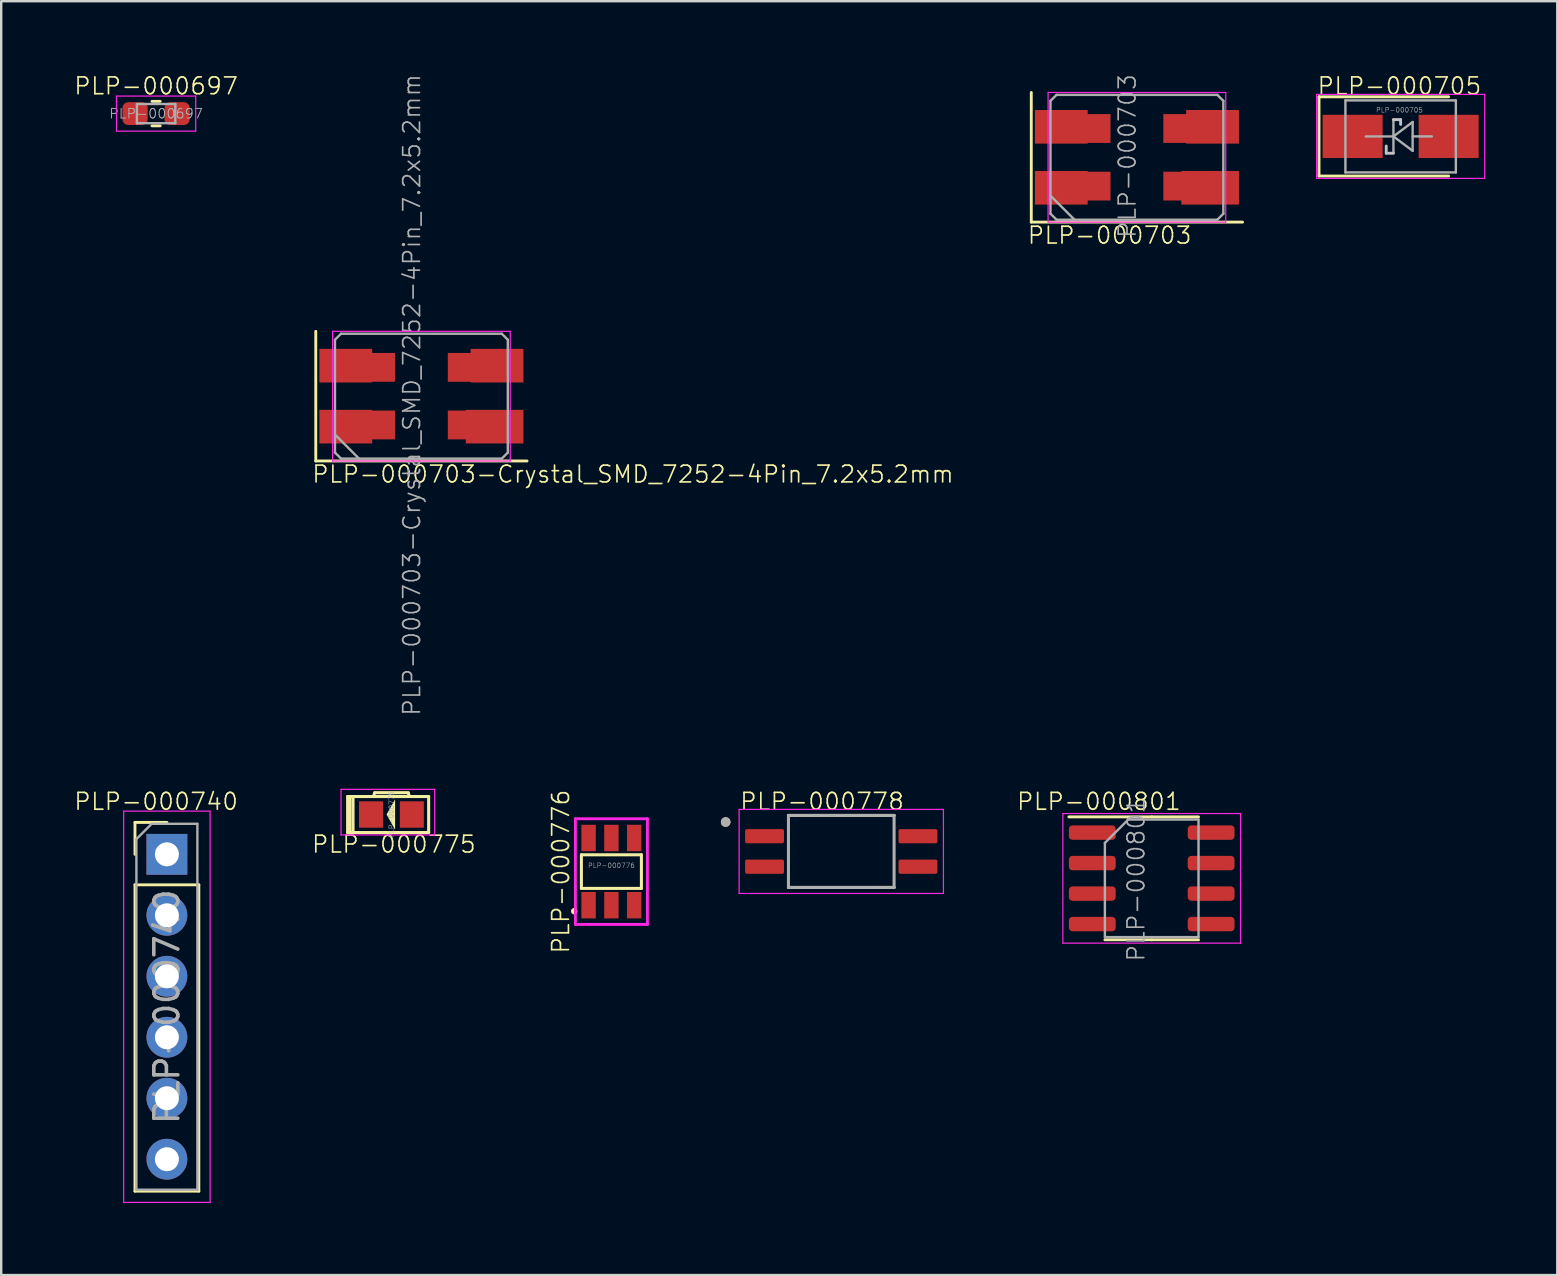
<source format=kicad_pcb>
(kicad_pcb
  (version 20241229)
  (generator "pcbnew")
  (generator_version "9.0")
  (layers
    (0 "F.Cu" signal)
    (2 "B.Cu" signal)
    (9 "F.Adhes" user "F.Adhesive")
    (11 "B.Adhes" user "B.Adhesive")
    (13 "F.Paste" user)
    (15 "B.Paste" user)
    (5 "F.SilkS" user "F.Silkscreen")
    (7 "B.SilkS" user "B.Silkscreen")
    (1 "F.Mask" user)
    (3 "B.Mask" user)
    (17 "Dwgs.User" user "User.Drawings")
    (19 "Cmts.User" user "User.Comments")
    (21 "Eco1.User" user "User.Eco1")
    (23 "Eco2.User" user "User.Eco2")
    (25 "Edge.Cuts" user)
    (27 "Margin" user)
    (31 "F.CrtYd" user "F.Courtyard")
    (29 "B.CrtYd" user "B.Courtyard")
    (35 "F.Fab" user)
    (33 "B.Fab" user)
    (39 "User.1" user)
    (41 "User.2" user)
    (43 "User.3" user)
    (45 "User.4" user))
  (footprint "PLP-000776"
    (layer "F.Cu")
    (at 22.417 33.255)
    (property "Reference" "PLP-000776" (at -1.7 0 90) (layer "F.SilkS") (effects (font (size 0.7 0.7) (thickness 0.07)) (justify bottom)))
    (attr through_hole)
    (fp_line (start -1.25 -0.7) (end 1.25 -0.7) (stroke (width 0.127) (type solid)) (layer "F.SilkS"))
    (fp_line (start -1.25 0.7) (end -1.25 -0.7) (stroke (width 0.127) (type solid)) (layer "F.SilkS"))
    (fp_line (start 1.25 -0.7) (end 1.25 0.7) (stroke (width 0.127) (type solid)) (layer "F.SilkS"))
    (fp_line (start 1.25 0.7) (end -1.25 0.7) (stroke (width 0.127) (type solid)) (layer "F.SilkS"))
    (fp_circle (center -1.55 1.65) (end -1.479 1.65) (stroke (width 0.127) (type solid)) (fill no) (layer "F.SilkS"))
    (fp_line (start -1.5 -2.2) (end -1.5 2.2) (stroke (width 0.12) (type solid)) (layer "F.CrtYd"))
    (fp_line (start -1.5 -2.2) (end 1.5 -2.2) (stroke (width 0.12) (type solid)) (layer "F.CrtYd"))
    (fp_line (start -1.5 2.2) (end 1.5 2.2) (stroke (width 0.12) (type solid)) (layer "F.CrtYd"))
    (fp_line (start 1.5 2.2) (end 1.5 -2.2) (stroke (width 0.12) (type solid)) (layer "F.CrtYd"))
    (fp_text user "${REFERENCE}" (at 0 -0.254 0) (layer "F.Fab") (effects (font (size 0.2 0.2) (thickness 0.02))))
    (pad "P1" smd rect (at -0.95 1.4) (size 0.6 1.1) (layers "F.Cu" "F.Mask" "F.Paste"))
    (pad "P2" smd rect (at 0 1.4) (size 0.6 1.1) (layers "F.Cu" "F.Mask" "F.Paste"))
    (pad "P3" smd rect (at 0.95 1.4) (size 0.6 1.1) (layers "F.Cu" "F.Mask" "F.Paste"))
    (pad "P4" smd rect (at 0.95 -1.4) (size 0.6 1.1) (layers "F.Cu" "F.Mask" "F.Paste"))
    (pad "P5" smd rect (at 0 -1.4) (size 0.6 1.1) (layers "F.Cu" "F.Mask" "F.Paste"))
    (pad "P6" smd rect (at -0.95 -1.4) (size 0.6 1.1) (layers "F.Cu" "F.Mask" "F.Paste")))
  (footprint "PLP-000703"
    (layer "F.Cu")
    (at 44.307 3.502)
    (property "Reference" "PLP-000703" (at -4.6 3.25 0) (layer "F.SilkS") (effects (font (size 0.7 0.7) (thickness 0.07)) (justify left)))
    (attr smd)
    (fp_line (start -4.4 -2.7) (end -4.4 2.7) (stroke (width 0.12) (type solid)) (layer "F.SilkS"))
    (fp_line (start -4.4 2.7) (end 4.4 2.7) (stroke (width 0.12) (type solid)) (layer "F.SilkS"))
    (fp_line (start -3.7 -2.7) (end -3.7 2.7) (stroke (width 0.05) (type solid)) (layer "F.CrtYd"))
    (fp_line (start -3.7 2.7) (end 3.7 2.7) (stroke (width 0.05) (type solid)) (layer "F.CrtYd"))
    (fp_line (start 3.7 -2.7) (end -3.7 -2.7) (stroke (width 0.05) (type solid)) (layer "F.CrtYd"))
    (fp_line (start 3.7 2.7) (end 3.7 -2.7) (stroke (width 0.05) (type solid)) (layer "F.CrtYd"))
    (fp_line (start -3.6 -2.35) (end -3.35 -2.6) (stroke (width 0.1) (type solid)) (layer "F.Fab"))
    (fp_line (start -3.6 1.6) (end -2.6 2.6) (stroke (width 0.1) (type solid)) (layer "F.Fab"))
    (fp_line (start -3.6 2.35) (end -3.6 -2.35) (stroke (width 0.1) (type solid)) (layer "F.Fab"))
    (fp_line (start -3.35 -2.6) (end 3.35 -2.6) (stroke (width 0.1) (type solid)) (layer "F.Fab"))
    (fp_line (start -3.35 2.6) (end -3.6 2.35) (stroke (width 0.1) (type solid)) (layer "F.Fab"))
    (fp_line (start 3.35 -2.6) (end 3.6 -2.35) (stroke (width 0.1) (type solid)) (layer "F.Fab"))
    (fp_line (start 3.35 2.6) (end -3.35 2.6) (stroke (width 0.1) (type solid)) (layer "F.Fab"))
    (fp_line (start 3.6 -2.35) (end 3.6 2.35) (stroke (width 0.1) (type solid)) (layer "F.Fab"))
    (fp_line (start 3.6 2.35) (end 3.35 2.6) (stroke (width 0.1) (type solid)) (layer "F.Fab"))
    (fp_text user "${REFERENCE}" (at -0.4 -0.05 90) (layer "F.Fab") (effects (font (size 0.7 0.7) (thickness 0.07))))
    (pad "1" smd rect (at -3.15 1.27) (size 2.2 1.4) (layers "F.Cu" "F.Mask" "F.Paste"))
    (pad "1" smd rect (at -2 1.2) (size 1.8 1.2) (layers "F.Cu" "F.Mask" "F.Paste"))
    (pad "2" smd rect (at 2 1.2) (size 1.8 1.2) (layers "F.Cu" "F.Mask" "F.Paste"))
    (pad "2" smd rect (at 3.05 1.27) (size 2.4 1.4) (layers "F.Cu" "F.Mask" "F.Paste"))
    (pad "3" smd rect (at 2 -1.2) (size 1.8 1.2) (layers "F.Cu" "F.Mask" "F.Paste"))
    (pad "3" smd rect (at 3.15 -1.27) (size 2.2 1.4) (layers "F.Cu" "F.Mask" "F.Paste"))
    (pad "4" smd rect (at -3.15 -1.27) (size 2.2 1.4) (layers "F.Cu" "F.Mask" "F.Paste"))
    (pad "4" smd rect (at -2 -1.2) (size 1.8 1.2) (layers "F.Cu" "F.Mask" "F.Paste")))
  (footprint "PLP-000705"
    (layer "F.Cu")
    (at 55.292 2.632)
    (property "Reference" "PLP-000705" (at -0.05 -2.1 0) (layer "F.SilkS") (effects (font (size 0.7 0.7) (thickness 0.07))))
    (attr smd)
    (fp_line (start -3.4 -1.65) (end -3.4 1.65) (stroke (width 0.12) (type solid)) (layer "F.SilkS"))
    (fp_line (start -3.4 -1.65) (end 2 -1.65) (stroke (width 0.12) (type solid)) (layer "F.SilkS"))
    (fp_line (start -3.4 1.65) (end 2 1.65) (stroke (width 0.12) (type solid)) (layer "F.SilkS"))
    (fp_line (start -0.6 0.7) (end -0.6 0.4) (stroke (width 0.12) (type default)) (layer "Dwgs.User"))
    (fp_line (start -0.3 -0.7) (end 0 -0.7) (stroke (width 0.12) (type default)) (layer "Dwgs.User"))
    (fp_line (start -0.3 0.7) (end -0.6 0.7) (stroke (width 0.12) (type default)) (layer "Dwgs.User"))
    (fp_line (start 0 -0.7) (end 0 -0.5) (stroke (width 0.12) (type default)) (layer "Dwgs.User"))
    (fp_line (start -3.5 -1.75) (end 3.5 -1.75) (stroke (width 0.05) (type solid)) (layer "F.CrtYd"))
    (fp_line (start -3.5 1.75) (end -3.5 -1.75) (stroke (width 0.05) (type solid)) (layer "F.CrtYd"))
    (fp_line (start 3.5 -1.75) (end 3.5 1.75) (stroke (width 0.05) (type solid)) (layer "F.CrtYd"))
    (fp_line (start 3.5 1.75) (end -3.5 1.75) (stroke (width 0.05) (type solid)) (layer "F.CrtYd"))
    (fp_line (start -2.3 1.5) (end -2.3 -1.5) (stroke (width 0.1) (type solid)) (layer "F.Fab"))
    (fp_line (start -0.301 0) (end 0.5 -0.6) (stroke (width 0.1) (type solid)) (layer "F.Fab"))
    (fp_line (start -0.301 0) (end 0.5 0.6) (stroke (width 0.1) (type solid)) (layer "F.Fab"))
    (fp_line (start -0.3 -0.7) (end -0.3 0.7) (stroke (width 0.1) (type solid)) (layer "F.Fab"))
    (fp_line (start -0.3 0.001) (end -1.451 0.001) (stroke (width 0.1) (type solid)) (layer "F.Fab"))
    (fp_line (start 0.5 0) (end 1.299 0) (stroke (width 0.1) (type solid)) (layer "F.Fab"))
    (fp_line (start 0.5 0.6) (end 0.5 -0.6) (stroke (width 0.1) (type solid)) (layer "F.Fab"))
    (fp_line (start 2.3 -1.5) (end -2.3 -1.5) (stroke (width 0.1) (type solid)) (layer "F.Fab"))
    (fp_line (start 2.3 -1.5) (end 2.3 1.5) (stroke (width 0.1) (type solid)) (layer "F.Fab"))
    (fp_line (start 2.3 1.5) (end -2.3 1.5) (stroke (width 0.1) (type solid)) (layer "F.Fab"))
    (fp_text user "${REFERENCE}" (at -0.05 -1.1 0) (layer "F.Fab") (effects (font (size 0.2 0.2) (thickness 0.02))))
    (pad "1" smd rect (at -2 0) (size 2.5 1.8) (layers "F.Cu" "F.Mask" "F.Paste"))
    (pad "2" smd rect (at 2 0) (size 2.5 1.8) (layers "F.Cu" "F.Mask" "F.Paste")))
  (footprint "PLP-000775"
    (layer "F.Cu")
    (at 13.255 30.878)
    (property "Reference" "PLP-000775" (at 0.1 1.65 0) (layer "F.SilkS") (effects (font (size 0.7 0.7) (thickness 0.07)) (justify bottom)))
    (attr through_hole)
    (fp_line (start -1.825 0.75) (end -1.825 -0.75) (stroke (width 0.127) (type solid)) (layer "F.SilkS"))
    (fp_line (start -1.725 -0.75) (end -1.825 -0.75) (stroke (width 0.127) (type solid)) (layer "F.SilkS"))
    (fp_line (start -1.725 -0.75) (end -1.725 0.75) (stroke (width 0.127) (type solid)) (layer "F.SilkS"))
    (fp_line (start -1.725 0.75) (end -1.825 0.75) (stroke (width 0.127) (type solid)) (layer "F.SilkS"))
    (fp_line (start -1.725 0.75) (end -1.6 0.75) (stroke (width 0.127) (type solid)) (layer "F.SilkS"))
    (fp_line (start -1.6 -0.75) (end -1.725 -0.75) (stroke (width 0.127) (type solid)) (layer "F.SilkS"))
    (fp_line (start -1.6 0.75) (end -1.6 -0.75) (stroke (width 0.127) (type solid)) (layer "F.SilkS"))
    (fp_line (start -1.6 0.75) (end 1.55 0.75) (stroke (width 0.127) (type solid)) (layer "F.SilkS"))
    (fp_line (start -0.75 -0.75) (end -1.6 -0.75) (stroke (width 0.127) (type solid)) (layer "F.SilkS"))
    (fp_line (start -0.7 -0.91) (end 0.7 -0.91) (stroke (width 0.127) (type solid)) (layer "F.SilkS"))
    (fp_line (start -0.7 -0.9) (end -0.75 -0.75) (stroke (width 0.127) (type solid)) (layer "F.SilkS"))
    (fp_line (start 0.7 -0.9) (end 0.75 -0.75) (stroke (width 0.127) (type solid)) (layer "F.SilkS"))
    (fp_line (start 0.75 -0.75) (end -0.75 -0.75) (stroke (width 0.127) (type solid)) (layer "F.SilkS"))
    (fp_line (start 1.55 -0.75) (end 0.75 -0.75) (stroke (width 0.127) (type solid)) (layer "F.SilkS"))
    (fp_line (start 1.55 0.75) (end 1.55 -0.75) (stroke (width 0.127) (type solid)) (layer "F.SilkS"))
    (fp_poly (pts (xy 0.152 0.635) (xy 0.152 -0.635) (xy -0.203 0)) (stroke (width 0) (type solid)) (fill yes) (layer "F.SilkS"))
    (fp_line (start -2.1 -1.05) (end -2.1 0.85) (stroke (width 0.05) (type solid)) (layer "F.CrtYd"))
    (fp_line (start -2.1 -1.05) (end 1.8 -1.05) (stroke (width 0.05) (type solid)) (layer "F.CrtYd"))
    (fp_line (start -2.1 0.85) (end 1.8 0.85) (stroke (width 0.05) (type solid)) (layer "F.CrtYd"))
    (fp_line (start 1.8 -1.05) (end 1.8 0.85) (stroke (width 0.05) (type solid)) (layer "F.CrtYd"))
    (fp_text user "${REFERENCE}" (at 0 0 90) (layer "F.Fab") (effects (font (size 0.2 0.2) (thickness 0.02))))
    (pad "A" smd rect (at 0.85 0) (size 1 1.1) (layers "F.Cu" "F.Mask" "F.Paste"))
    (pad "C" smd rect (at -0.85 0) (size 1 1.1) (layers "F.Cu" "F.Mask" "F.Paste")))
  (footprint "PLP-000703-Crystal_SMD_7252-4Pin_7.2x5.2mm"
    (layer "F.Cu")
    (at 14.503 13.452)
    (property "Reference" "PLP-000703-Crystal_SMD_7252-4Pin_7.2x5.2mm" (at -4.6 3.25 0) (layer "F.SilkS") (effects (font (size 0.7 0.7) (thickness 0.07)) (justify left)))
    (attr smd)
    (fp_line (start -4.4 -2.7) (end -4.4 2.7) (stroke (width 0.12) (type solid)) (layer "F.SilkS"))
    (fp_line (start -4.4 2.7) (end 4.4 2.7) (stroke (width 0.12) (type solid)) (layer "F.SilkS"))
    (fp_line (start -3.7 -2.7) (end -3.7 2.7) (stroke (width 0.05) (type solid)) (layer "F.CrtYd"))
    (fp_line (start -3.7 2.7) (end 3.7 2.7) (stroke (width 0.05) (type solid)) (layer "F.CrtYd"))
    (fp_line (start 3.7 -2.7) (end -3.7 -2.7) (stroke (width 0.05) (type solid)) (layer "F.CrtYd"))
    (fp_line (start 3.7 2.7) (end 3.7 -2.7) (stroke (width 0.05) (type solid)) (layer "F.CrtYd"))
    (fp_line (start -3.6 -2.35) (end -3.35 -2.6) (stroke (width 0.1) (type solid)) (layer "F.Fab"))
    (fp_line (start -3.6 1.6) (end -2.6 2.6) (stroke (width 0.1) (type solid)) (layer "F.Fab"))
    (fp_line (start -3.6 2.35) (end -3.6 -2.35) (stroke (width 0.1) (type solid)) (layer "F.Fab"))
    (fp_line (start -3.35 -2.6) (end 3.35 -2.6) (stroke (width 0.1) (type solid)) (layer "F.Fab"))
    (fp_line (start -3.35 2.6) (end -3.6 2.35) (stroke (width 0.1) (type solid)) (layer "F.Fab"))
    (fp_line (start 3.35 -2.6) (end 3.6 -2.35) (stroke (width 0.1) (type solid)) (layer "F.Fab"))
    (fp_line (start 3.35 2.6) (end -3.35 2.6) (stroke (width 0.1) (type solid)) (layer "F.Fab"))
    (fp_line (start 3.6 -2.35) (end 3.6 2.35) (stroke (width 0.1) (type solid)) (layer "F.Fab"))
    (fp_line (start 3.6 2.35) (end 3.35 2.6) (stroke (width 0.1) (type solid)) (layer "F.Fab"))
    (fp_text user "${REFERENCE}" (at -0.4 -0.05 90) (layer "F.Fab") (effects (font (size 0.7 0.7) (thickness 0.07))))
    (pad "1" smd rect (at -3.15 1.27) (size 2.2 1.4) (layers "F.Cu" "F.Mask" "F.Paste"))
    (pad "1" smd rect (at -2 1.2) (size 1.8 1.2) (layers "F.Cu" "F.Mask" "F.Paste"))
    (pad "2" smd rect (at 2 1.2) (size 1.8 1.2) (layers "F.Cu" "F.Mask" "F.Paste"))
    (pad "2" smd rect (at 3.05 1.27) (size 2.4 1.4) (layers "F.Cu" "F.Mask" "F.Paste"))
    (pad "3" smd rect (at 2 -1.2) (size 1.8 1.2) (layers "F.Cu" "F.Mask" "F.Paste"))
    (pad "3" smd rect (at 3.15 -1.27) (size 2.2 1.4) (layers "F.Cu" "F.Mask" "F.Paste"))
    (pad "4" smd rect (at -3.15 -1.27) (size 2.2 1.4) (layers "F.Cu" "F.Mask" "F.Paste"))
    (pad "4" smd rect (at -2 -1.2) (size 1.8 1.2) (layers "F.Cu" "F.Mask" "F.Paste")))
  (footprint "PLP-000740"
    (layer "F.Cu")
    (at 3.902 32.536)
    (property "Reference" "PLP-000740" (at -0.45 -2.2 0) (layer "F.SilkS") (effects (font (size 0.7 0.7) (thickness 0.07))))
    (attr through_hole)
    (fp_line (start -1.33 -1.33) (end 0 -1.33) (stroke (width 0.12) (type solid)) (layer "F.SilkS"))
    (fp_line (start -1.33 0) (end -1.33 -1.33) (stroke (width 0.12) (type solid)) (layer "F.SilkS"))
    (fp_line (start -1.33 1.27) (end -1.33 14.03) (stroke (width 0.12) (type solid)) (layer "F.SilkS"))
    (fp_line (start -1.33 1.27) (end 1.33 1.27) (stroke (width 0.12) (type solid)) (layer "F.SilkS"))
    (fp_line (start -1.33 14.03) (end 1.33 14.03) (stroke (width 0.12) (type solid)) (layer "F.SilkS"))
    (fp_line (start 1.33 1.27) (end 1.33 14.03) (stroke (width 0.12) (type solid)) (layer "F.SilkS"))
    (fp_line (start -1.8 -1.8) (end -1.8 14.5) (stroke (width 0.05) (type solid)) (layer "F.CrtYd"))
    (fp_line (start -1.8 14.5) (end 1.8 14.5) (stroke (width 0.05) (type solid)) (layer "F.CrtYd"))
    (fp_line (start 1.8 -1.8) (end -1.8 -1.8) (stroke (width 0.05) (type solid)) (layer "F.CrtYd"))
    (fp_line (start 1.8 14.5) (end 1.8 -1.8) (stroke (width 0.05) (type solid)) (layer "F.CrtYd"))
    (fp_line (start -1.27 -0.635) (end -0.635 -1.27) (stroke (width 0.1) (type solid)) (layer "F.Fab"))
    (fp_line (start -1.27 13.97) (end -1.27 -0.635) (stroke (width 0.1) (type solid)) (layer "F.Fab"))
    (fp_line (start -0.635 -1.27) (end 1.27 -1.27) (stroke (width 0.1) (type solid)) (layer "F.Fab"))
    (fp_line (start 1.27 -1.27) (end 1.27 13.97) (stroke (width 0.1) (type solid)) (layer "F.Fab"))
    (fp_line (start 1.27 13.97) (end -1.27 13.97) (stroke (width 0.1) (type solid)) (layer "F.Fab"))
    (fp_text user "${REFERENCE}" (at 0 6.35 90) (layer "F.Fab") (effects (font (size 1 1) (thickness 0.15))))
    (pad "1" thru_hole rect (at 0 0) (size 1.7 1.7) (drill 1) (layers "*.Cu" "*.Mask"))
    (pad "2" thru_hole oval (at 0 2.54) (size 1.7 1.7) (drill 1) (layers "*.Cu" "*.Mask"))
    (pad "3" thru_hole oval (at 0 5.08) (size 1.7 1.7) (drill 1) (layers "*.Cu" "*.Mask"))
    (pad "4" thru_hole oval (at 0 7.62) (size 1.7 1.7) (drill 1) (layers "*.Cu" "*.Mask"))
    (pad "5" thru_hole oval (at 0 10.16) (size 1.7 1.7) (drill 1) (layers "*.Cu" "*.Mask"))
    (pad "6" thru_hole oval (at 0 12.7) (size 1.7 1.7) (drill 1) (layers "*.Cu" "*.Mask")))
  (footprint "PLP-000801"
    (layer "F.Cu")
    (at 44.923 33.536)
    (property "Reference" "PLP-000801" (at -2.2 -3.2 0) (layer "F.SilkS") (effects (font (size 0.7 0.7) (thickness 0.07))))
    (attr smd)
    (fp_line (start 0 -2.56) (end -3.45 -2.56) (stroke (width 0.12) (type solid)) (layer "F.SilkS"))
    (fp_line (start 0 -2.56) (end 1.95 -2.56) (stroke (width 0.12) (type solid)) (layer "F.SilkS"))
    (fp_line (start 0 2.56) (end -1.95 2.56) (stroke (width 0.12) (type solid)) (layer "F.SilkS"))
    (fp_line (start 0 2.56) (end 1.95 2.56) (stroke (width 0.12) (type solid)) (layer "F.SilkS"))
    (fp_line (start -3.7 -2.7) (end -3.7 2.7) (stroke (width 0.05) (type solid)) (layer "F.CrtYd"))
    (fp_line (start -3.7 2.7) (end 3.7 2.7) (stroke (width 0.05) (type solid)) (layer "F.CrtYd"))
    (fp_line (start 3.7 -2.7) (end -3.7 -2.7) (stroke (width 0.05) (type solid)) (layer "F.CrtYd"))
    (fp_line (start 3.7 2.7) (end 3.7 -2.7) (stroke (width 0.05) (type solid)) (layer "F.CrtYd"))
    (fp_line (start -1.95 -1.475) (end -0.975 -2.45) (stroke (width 0.1) (type solid)) (layer "F.Fab"))
    (fp_line (start -1.95 2.45) (end -1.95 -1.475) (stroke (width 0.1) (type solid)) (layer "F.Fab"))
    (fp_line (start -0.975 -2.45) (end 1.95 -2.45) (stroke (width 0.1) (type solid)) (layer "F.Fab"))
    (fp_line (start 1.95 -2.45) (end 1.95 2.45) (stroke (width 0.1) (type solid)) (layer "F.Fab"))
    (fp_line (start 1.95 2.45) (end -1.95 2.45) (stroke (width 0.1) (type solid)) (layer "F.Fab"))
    (fp_text user "${REFERENCE}" (at -0.65 0.05 90) (layer "F.Fab") (effects (font (size 0.7 0.7) (thickness 0.07))))
    (pad "1" smd roundrect (at -2.475 -1.905) (size 1.95 0.6) (layers "F.Cu" "F.Mask" "F.Paste") (roundrect_rratio 0.25))
    (pad "2" smd roundrect (at -2.475 -0.635) (size 1.95 0.6) (layers "F.Cu" "F.Mask" "F.Paste") (roundrect_rratio 0.25))
    (pad "3" smd roundrect (at -2.475 0.635) (size 1.95 0.6) (layers "F.Cu" "F.Mask" "F.Paste") (roundrect_rratio 0.25))
    (pad "4" smd roundrect (at -2.475 1.905) (size 1.95 0.6) (layers "F.Cu" "F.Mask" "F.Paste") (roundrect_rratio 0.25))
    (pad "5" smd roundrect (at 2.475 1.905) (size 1.95 0.6) (layers "F.Cu" "F.Mask" "F.Paste") (roundrect_rratio 0.25))
    (pad "6" smd roundrect (at 2.475 0.635) (size 1.95 0.6) (layers "F.Cu" "F.Mask" "F.Paste") (roundrect_rratio 0.25))
    (pad "7" smd roundrect (at 2.475 -0.635) (size 1.95 0.6) (layers "F.Cu" "F.Mask" "F.Paste") (roundrect_rratio 0.25))
    (pad "8" smd roundrect (at 2.475 -1.905) (size 1.95 0.6) (layers "F.Cu" "F.Mask" "F.Paste") (roundrect_rratio 0.25)))
  (footprint "PLP-000697"
    (layer "F.Cu")
    (at 3.452 1.682)
    (property "Reference" "PLP-000697" (at 0 -1.15 0) (layer "F.SilkS") (effects (font (size 0.7 0.7) (thickness 0.07))))
    (attr smd)
    (fp_line (start -0.171 -0.51) (end 0.171 -0.51) (stroke (width 0.12) (type solid)) (layer "F.SilkS"))
    (fp_line (start -0.171 0.51) (end 0.171 0.51) (stroke (width 0.12) (type solid)) (layer "F.SilkS"))
    (fp_line (start -1.65 -0.73) (end 1.65 -0.73) (stroke (width 0.05) (type solid)) (layer "F.CrtYd"))
    (fp_line (start -1.65 0.73) (end -1.65 -0.73) (stroke (width 0.05) (type solid)) (layer "F.CrtYd"))
    (fp_line (start 1.65 -0.73) (end 1.65 0.73) (stroke (width 0.05) (type solid)) (layer "F.CrtYd"))
    (fp_line (start 1.65 0.73) (end -1.65 0.73) (stroke (width 0.05) (type solid)) (layer "F.CrtYd"))
    (fp_line (start -0.8 -0.4) (end 0.8 -0.4) (stroke (width 0.1) (type solid)) (layer "F.Fab"))
    (fp_line (start -0.8 0.4) (end -0.8 -0.4) (stroke (width 0.1) (type solid)) (layer "F.Fab"))
    (fp_line (start 0.8 -0.4) (end 0.8 0.4) (stroke (width 0.1) (type solid)) (layer "F.Fab"))
    (fp_line (start 0.8 0.4) (end -0.8 0.4) (stroke (width 0.1) (type solid)) (layer "F.Fab"))
    (fp_text user "${REFERENCE}" (at 0 0 180) (layer "F.Fab") (effects (font (size 0.4 0.4) (thickness 0.04))))
    (pad "1" smd roundrect (at -0.875 0) (size 1.05 0.95) (layers "F.Cu" "F.Mask" "F.Paste") (roundrect_rratio 0.25))
    (pad "2" smd roundrect (at 0.875 0) (size 1.05 0.95) (layers "F.Cu" "F.Mask" "F.Paste") (roundrect_rratio 0.25)))
  (footprint "PLP-000778"
    (layer "F.Cu")
    (at 31.992 32.416)
    (property "Reference" "PLP-000778" (at -0.8 -2.08 0) (layer "F.SilkS") (effects (font (size 0.7 0.7) (thickness 0.07))))
    (attr smd)
    (fp_line (start -2.2 -1.5) (end 2.2 -1.5) (stroke (width 0.127) (type solid)) (layer "F.SilkS"))
    (fp_line (start -2.2 1.5) (end 2.2 1.5) (stroke (width 0.127) (type solid)) (layer "F.SilkS"))
    (fp_circle (center -4.815 -1.225) (end -4.715 -1.225) (stroke (width 0.2) (type solid)) (fill no) (layer "F.SilkS"))
    (fp_line (start -4.255 -1.75) (end -4.255 1.75) (stroke (width 0.05) (type solid)) (layer "F.CrtYd"))
    (fp_line (start -4.255 -1.75) (end 4.255 -1.75) (stroke (width 0.05) (type solid)) (layer "F.CrtYd"))
    (fp_line (start -4.255 1.75) (end 4.255 1.75) (stroke (width 0.05) (type solid)) (layer "F.CrtYd"))
    (fp_line (start 4.255 -1.75) (end 4.255 1.75) (stroke (width 0.05) (type solid)) (layer "F.CrtYd"))
    (fp_line (start -2.2 -1.5) (end -2.2 1.5) (stroke (width 0.127) (type solid)) (layer "F.Fab"))
    (fp_line (start -2.2 -1.5) (end 2.2 -1.5) (stroke (width 0.127) (type solid)) (layer "F.Fab"))
    (fp_line (start -2.2 1.5) (end 2.2 1.5) (stroke (width 0.127) (type solid)) (layer "F.Fab"))
    (fp_line (start 2.2 -1.5) (end 2.2 1.5) (stroke (width 0.127) (type solid)) (layer "F.Fab"))
    (fp_circle (center -4.815 -1.225) (end -4.715 -1.225) (stroke (width 0.2) (type solid)) (fill no) (layer "F.Fab"))
    (pad "1" smd roundrect (at -3.195 -0.635) (size 1.62 0.59) (layers "F.Cu" "F.Mask" "F.Paste") (roundrect_rratio 0.125))
    (pad "2" smd roundrect (at -3.195 0.635) (size 1.62 0.59) (layers "F.Cu" "F.Mask" "F.Paste") (roundrect_rratio 0.125))
    (pad "3" smd roundrect (at 3.195 0.635) (size 1.62 0.59) (layers "F.Cu" "F.Mask" "F.Paste") (roundrect_rratio 0.125))
    (pad "4" smd roundrect (at 3.195 -0.635) (size 1.62 0.59) (layers "F.Cu" "F.Mask" "F.Paste") (roundrect_rratio 0.125)))
  (gr_rect
    (start -3 -3)
    (end 61.817 50.061)
    (stroke (width 0.1) (type default))
    (fill no)
    (layer "Edge.Cuts")))
</source>
